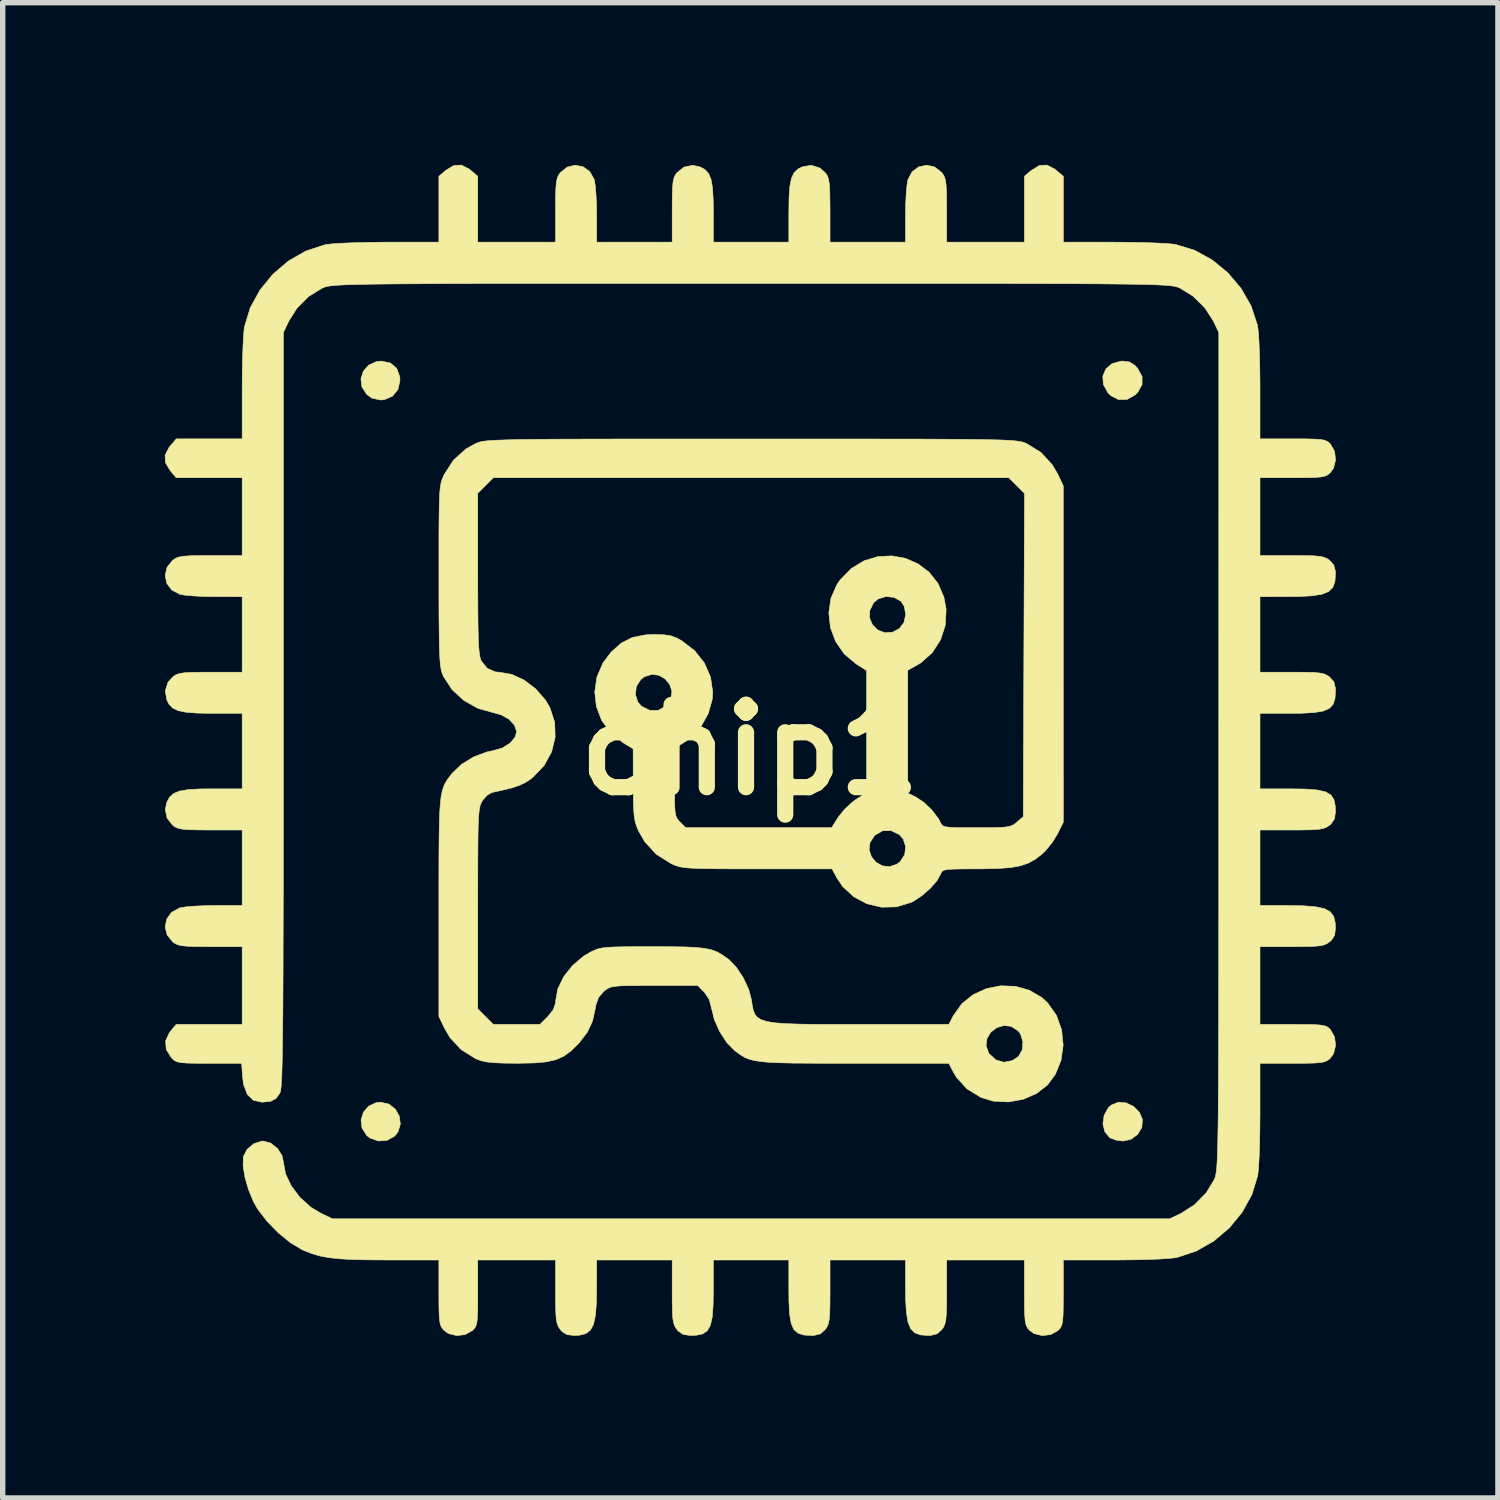
<source format=kicad_pcb>
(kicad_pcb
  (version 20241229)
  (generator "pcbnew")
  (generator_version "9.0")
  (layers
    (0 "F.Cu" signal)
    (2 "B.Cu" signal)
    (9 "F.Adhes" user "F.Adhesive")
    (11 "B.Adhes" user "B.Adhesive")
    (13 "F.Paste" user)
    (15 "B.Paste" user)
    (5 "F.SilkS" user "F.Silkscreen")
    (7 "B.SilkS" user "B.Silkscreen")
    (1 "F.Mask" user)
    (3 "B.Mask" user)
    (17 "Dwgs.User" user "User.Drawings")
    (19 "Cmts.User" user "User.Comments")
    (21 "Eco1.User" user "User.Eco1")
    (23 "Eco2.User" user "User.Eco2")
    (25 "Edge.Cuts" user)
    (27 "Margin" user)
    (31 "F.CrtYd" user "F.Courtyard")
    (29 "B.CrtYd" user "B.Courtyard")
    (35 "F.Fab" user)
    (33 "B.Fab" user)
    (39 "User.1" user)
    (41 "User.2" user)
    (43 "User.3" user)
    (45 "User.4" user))
  (footprint "chip1"
    (layer "F.Cu")
    (at 10.83 10.83)
    (property "Reference" "chip1" (at 0 0 0) (layer "F.SilkS") (effects (font (size 1.524 1.524) (thickness 0.3))))
    (attr through_hole)
    (fp_poly (pts (xy -6.682 6.555) (xy -6.563 6.648) (xy -6.49 6.778) (xy -6.47 6.925) (xy -6.513 7.068) (xy -6.575 7.147) (xy -6.715 7.225) (xy -6.877 7.238) (xy -7.03 7.184) (xy -7.093 7.135) (xy -7.18 6.997) (xy -7.198 6.847) (xy -7.154 6.705) (xy -7.057 6.592) (xy -6.915 6.527) (xy -6.837 6.519) (xy -6.682 6.555)) (stroke (width 0.01) (type solid)) (fill yes) (layer "F.SilkS"))
    (fp_poly (pts (xy -6.655 -7.162) (xy -6.538 -7.063) (xy -6.481 -6.908) (xy -6.477 -6.843) (xy -6.514 -6.673) (xy -6.614 -6.549) (xy -6.764 -6.483) (xy -6.837 -6.477) (xy -6.998 -6.512) (xy -7.093 -6.581) (xy -7.182 -6.72) (xy -7.2 -6.869) (xy -7.155 -7.01) (xy -7.056 -7.122) (xy -6.912 -7.188) (xy -6.825 -7.197) (xy -6.655 -7.162)) (stroke (width 0.01) (type solid)) (fill yes) (layer "F.SilkS"))
    (fp_poly (pts (xy 6.963 6.532) (xy 7.102 6.599) (xy 7.211 6.711) (xy 7.264 6.84) (xy 7.253 6.986) (xy 7.176 7.115) (xy 7.052 7.206) (xy 6.906 7.239) (xy 6.774 7.221) (xy 6.664 7.179) (xy 6.657 7.174) (xy 6.567 7.064) (xy 6.533 6.919) (xy 6.555 6.764) (xy 6.631 6.625) (xy 6.685 6.574) (xy 6.817 6.52) (xy 6.963 6.532)) (stroke (width 0.01) (type solid)) (fill yes) (layer "F.SilkS"))
    (fp_poly (pts (xy 7.027 -7.18) (xy 7.124 -7.118) (xy 7.175 -7.062) (xy 7.258 -6.911) (xy 7.257 -6.759) (xy 7.174 -6.615) (xy 7.131 -6.572) (xy 6.98 -6.487) (xy 6.824 -6.483) (xy 6.678 -6.558) (xy 6.625 -6.612) (xy 6.541 -6.765) (xy 6.531 -6.918) (xy 6.588 -7.052) (xy 6.703 -7.15) (xy 6.868 -7.196) (xy 6.901 -7.197) (xy 7.027 -7.18)) (stroke (width 0.01) (type solid)) (fill yes) (layer "F.SilkS"))
    (fp_poly (pts (xy 0.77 -5.755) (xy 1.438 -5.755) (xy 2.031 -5.755) (xy 2.554 -5.754) (xy 3.011 -5.754) (xy 3.407 -5.752) (xy 3.746 -5.75) (xy 4.034 -5.748) (xy 4.275 -5.745) (xy 4.474 -5.741) (xy 4.635 -5.737) (xy 4.764 -5.731) (xy 4.864 -5.725) (xy 4.941 -5.717) (xy 4.999 -5.708) (xy 5.044 -5.699) (xy 5.079 -5.687) (xy 5.11 -5.675) (xy 5.122 -5.669) (xy 5.387 -5.505) (xy 5.596 -5.277) (xy 5.699 -5.101) (xy 5.799 -4.889) (xy 5.799 -1.776) (xy 5.8 1.338) (xy 5.69 1.558) (xy 5.594 1.714) (xy 5.472 1.863) (xy 5.41 1.924) (xy 5.282 2.022) (xy 5.151 2.095) (xy 5.001 2.146) (xy 4.816 2.178) (xy 4.581 2.195) (xy 4.281 2.201) (xy 4.207 2.201) (xy 3.961 2.202) (xy 3.786 2.205) (xy 3.669 2.211) (xy 3.598 2.224) (xy 3.559 2.244) (xy 3.54 2.273) (xy 3.533 2.291) (xy 3.464 2.416) (xy 3.341 2.558) (xy 3.188 2.693) (xy 3.027 2.8) (xy 2.985 2.821) (xy 2.713 2.904) (xy 2.435 2.911) (xy 2.165 2.847) (xy 1.921 2.717) (xy 1.717 2.528) (xy 1.616 2.379) (xy 1.518 2.201) (xy 0.134 2.201) (xy -0.245 2.201) (xy -0.549 2.2) (xy -0.788 2.197) (xy -0.973 2.193) (xy -1.112 2.186) (xy -1.216 2.177) (xy -1.295 2.163) (xy -1.359 2.145) (xy -1.417 2.122) (xy -1.461 2.102) (xy -1.734 1.93) (xy -1.808 1.85) (xy 2.206 1.85) (xy 2.248 1.975) (xy 2.333 2.078) (xy 2.448 2.144) (xy 2.58 2.161) (xy 2.717 2.116) (xy 2.781 2.067) (xy 2.864 1.938) (xy 2.882 1.789) (xy 2.836 1.647) (xy 2.767 1.569) (xy 2.613 1.493) (xy 2.456 1.496) (xy 2.315 1.576) (xy 2.305 1.586) (xy 2.221 1.716) (xy 2.206 1.85) (xy -1.808 1.85) (xy -1.947 1.698) (xy -2.059 1.504) (xy -2.097 1.415) (xy -2.125 1.327) (xy -2.142 1.224) (xy -2.153 1.089) (xy -2.158 0.904) (xy -2.16 0.653) (xy -2.16 0.635) (xy -2.162 -0.021) (xy -2.348 -0.134) (xy -2.578 -0.319) (xy -2.744 -0.547) (xy -2.842 -0.803) (xy -2.867 -1.027) (xy -2.12 -1.027) (xy -2.074 -0.885) (xy -2.005 -0.807) (xy -1.851 -0.731) (xy -1.694 -0.734) (xy -1.553 -0.814) (xy -1.543 -0.824) (xy -1.459 -0.954) (xy -1.444 -1.088) (xy -1.486 -1.213) (xy -1.571 -1.316) (xy -1.686 -1.382) (xy -1.818 -1.399) (xy -1.955 -1.354) (xy -2.019 -1.305) (xy -2.102 -1.176) (xy -2.12 -1.027) (xy -2.867 -1.027) (xy -2.872 -1.076) (xy -2.832 -1.35) (xy -2.719 -1.612) (xy -2.567 -1.813) (xy -2.378 -1.98) (xy -2.175 -2.082) (xy -1.933 -2.13) (xy -1.778 -2.137) (xy -1.597 -2.132) (xy -1.466 -2.113) (xy -1.353 -2.071) (xy -1.263 -2.021) (xy -1.024 -1.838) (xy -0.843 -1.609) (xy -0.729 -1.348) (xy -0.689 -1.071) (xy -0.698 -0.936) (xy -0.771 -0.674) (xy -0.907 -0.431) (xy -1.09 -0.231) (xy -1.188 -0.159) (xy -1.397 -0.03) (xy -1.397 0.601) (xy -1.396 0.845) (xy -1.393 1.019) (xy -1.386 1.138) (xy -1.371 1.217) (xy -1.348 1.271) (xy -1.314 1.314) (xy -1.293 1.335) (xy -1.189 1.439) (xy 1.512 1.439) (xy 1.634 1.245) (xy 1.746 1.105) (xy 1.889 0.971) (xy 1.958 0.92) (xy 2.159 0.79) (xy 2.159 -1.469) (xy 1.966 -1.592) (xy 1.746 -1.776) (xy 1.587 -2.005) (xy 1.49 -2.264) (xy 1.471 -2.438) (xy 2.215 -2.438) (xy 2.27 -2.313) (xy 2.367 -2.219) (xy 2.494 -2.17) (xy 2.637 -2.178) (xy 2.767 -2.247) (xy 2.853 -2.363) (xy 2.883 -2.512) (xy 2.855 -2.66) (xy 2.794 -2.752) (xy 2.667 -2.825) (xy 2.516 -2.839) (xy 2.372 -2.795) (xy 2.289 -2.725) (xy 2.217 -2.579) (xy 2.215 -2.438) (xy 1.471 -2.438) (xy 1.46 -2.536) (xy 1.499 -2.807) (xy 1.61 -3.061) (xy 1.667 -3.144) (xy 1.875 -3.357) (xy 2.112 -3.501) (xy 2.366 -3.578) (xy 2.625 -3.592) (xy 2.877 -3.547) (xy 3.112 -3.444) (xy 3.317 -3.288) (xy 3.48 -3.082) (xy 3.59 -2.828) (xy 3.631 -2.603) (xy 3.617 -2.313) (xy 3.529 -2.041) (xy 3.377 -1.803) (xy 3.167 -1.615) (xy 3.099 -1.574) (xy 2.921 -1.475) (xy 2.921 0.8) (xy 3.069 0.871) (xy 3.218 0.97) (xy 3.369 1.115) (xy 3.489 1.274) (xy 3.524 1.339) (xy 3.544 1.378) (xy 3.573 1.405) (xy 3.624 1.423) (xy 3.711 1.433) (xy 3.848 1.438) (xy 4.048 1.439) (xy 4.195 1.439) (xy 4.439 1.439) (xy 4.613 1.435) (xy 4.733 1.427) (xy 4.814 1.412) (xy 4.872 1.388) (xy 4.921 1.353) (xy 4.94 1.337) (xy 5.059 1.235) (xy 5.07 -1.757) (xy 5.082 -4.748) (xy 4.792 -5.038) (xy -4.75 -5.038) (xy -5.038 -4.75) (xy -5.038 -3.262) (xy -5.037 -2.855) (xy -5.035 -2.524) (xy -5.032 -2.261) (xy -5.027 -2.057) (xy -5.019 -1.904) (xy -5.009 -1.793) (xy -4.996 -1.716) (xy -4.98 -1.664) (xy -4.974 -1.65) (xy -4.863 -1.51) (xy -4.712 -1.445) (xy -4.646 -1.439) (xy -4.413 -1.4) (xy -4.179 -1.293) (xy -3.964 -1.129) (xy -3.785 -0.923) (xy -3.702 -0.782) (xy -3.614 -0.512) (xy -3.605 -0.234) (xy -3.671 0.036) (xy -3.809 0.287) (xy -4.015 0.504) (xy -4.051 0.533) (xy -4.149 0.599) (xy -4.258 0.652) (xy -4.399 0.7) (xy -4.59 0.747) (xy -4.774 0.787) (xy -4.86 0.835) (xy -4.944 0.927) (xy -4.954 0.943) (xy -4.974 0.979) (xy -4.991 1.021) (xy -5.004 1.077) (xy -5.015 1.155) (xy -5.023 1.263) (xy -5.029 1.409) (xy -5.033 1.6) (xy -5.035 1.845) (xy -5.037 2.152) (xy -5.037 2.528) (xy -5.038 2.936) (xy -5.038 4.792) (xy -4.75 5.08) (xy -3.886 5.08) (xy -3.742 4.936) (xy -3.64 4.809) (xy -3.599 4.688) (xy -3.597 4.65) (xy -3.557 4.426) (xy -3.448 4.199) (xy -3.282 3.989) (xy -3.074 3.814) (xy -2.954 3.743) (xy -2.886 3.71) (xy -2.821 3.685) (xy -2.746 3.667) (xy -2.648 3.654) (xy -2.515 3.647) (xy -2.335 3.643) (xy -2.094 3.641) (xy -1.799 3.641) (xy -1.462 3.642) (xy -1.196 3.646) (xy -0.991 3.656) (xy -0.831 3.674) (xy -0.706 3.701) (xy -0.603 3.741) (xy -0.509 3.795) (xy -0.411 3.864) (xy -0.393 3.877) (xy -0.254 4.02) (xy -0.125 4.214) (xy -0.025 4.427) (xy 0.026 4.614) (xy 0.042 4.724) (xy 0.06 4.814) (xy 0.089 4.888) (xy 0.136 4.947) (xy 0.207 4.992) (xy 0.312 5.026) (xy 0.456 5.05) (xy 0.647 5.065) (xy 0.894 5.074) (xy 1.203 5.079) (xy 1.581 5.08) (xy 2.029 5.08) (xy 3.681 5.08) (xy 3.763 4.921) (xy 3.922 4.697) (xy 4.132 4.529) (xy 4.378 4.417) (xy 4.643 4.365) (xy 4.914 4.375) (xy 5.173 4.448) (xy 5.408 4.587) (xy 5.511 4.683) (xy 5.674 4.915) (xy 5.769 5.181) (xy 5.797 5.464) (xy 5.758 5.745) (xy 5.651 6.006) (xy 5.511 6.197) (xy 5.305 6.359) (xy 5.053 6.467) (xy 4.778 6.515) (xy 4.502 6.5) (xy 4.276 6.431) (xy 4.016 6.272) (xy 3.823 6.06) (xy 3.763 5.958) (xy 3.681 5.8) (xy 1.924 5.8) (xy 1.474 5.8) (xy 1.1 5.798) (xy 0.794 5.796) (xy 0.547 5.79) (xy 0.351 5.781) (xy 0.197 5.767) (xy 0.077 5.748) (xy -0.018 5.723) (xy -0.096 5.69) (xy -0.166 5.649) (xy -0.236 5.599) (xy -0.284 5.563) (xy -0.374 5.471) (xy 4.37 5.471) (xy 4.419 5.61) (xy 4.428 5.624) (xy 4.553 5.738) (xy 4.704 5.78) (xy 4.86 5.749) (xy 4.972 5.671) (xy 5.041 5.55) (xy 5.052 5.402) (xy 5.009 5.259) (xy 4.962 5.198) (xy 4.833 5.115) (xy 4.696 5.101) (xy 4.566 5.141) (xy 4.458 5.224) (xy 4.388 5.338) (xy 4.37 5.471) (xy -0.374 5.471) (xy -0.429 5.414) (xy -0.56 5.213) (xy -0.659 4.99) (xy -0.705 4.805) (xy -0.753 4.619) (xy -0.846 4.481) (xy -0.85 4.477) (xy -0.967 4.36) (xy -1.771 4.36) (xy -2.051 4.361) (xy -2.259 4.362) (xy -2.408 4.367) (xy -2.512 4.377) (xy -2.583 4.392) (xy -2.635 4.416) (xy -2.68 4.448) (xy -2.704 4.468) (xy -2.8 4.577) (xy -2.851 4.72) (xy -2.86 4.775) (xy -2.914 5.019) (xy -3.006 5.219) (xy -3.155 5.413) (xy -3.174 5.434) (xy -3.309 5.568) (xy -3.441 5.666) (xy -3.587 5.732) (xy -3.764 5.773) (xy -3.989 5.793) (xy -4.28 5.799) (xy -4.307 5.799) (xy -4.555 5.797) (xy -4.736 5.789) (xy -4.869 5.775) (xy -4.973 5.753) (xy -5.065 5.719) (xy -5.08 5.712) (xy -5.345 5.547) (xy -5.554 5.32) (xy -5.656 5.144) (xy -5.757 4.932) (xy -5.757 2.909) (xy -5.757 2.426) (xy -5.756 2.021) (xy -5.754 1.684) (xy -5.75 1.408) (xy -5.743 1.186) (xy -5.732 1.01) (xy -5.717 0.872) (xy -5.696 0.763) (xy -5.669 0.677) (xy -5.636 0.606) (xy -5.594 0.541) (xy -5.544 0.475) (xy -5.507 0.428) (xy -5.336 0.265) (xy -5.113 0.129) (xy -4.87 0.037) (xy -4.757 0.014) (xy -4.584 -0.036) (xy -4.441 -0.125) (xy -4.346 -0.237) (xy -4.318 -0.339) (xy -4.357 -0.458) (xy -4.46 -0.568) (xy -4.608 -0.652) (xy -4.752 -0.691) (xy -5.033 -0.769) (xy -5.293 -0.915) (xy -5.512 -1.116) (xy -5.67 -1.357) (xy -5.677 -1.372) (xy -5.697 -1.421) (xy -5.713 -1.478) (xy -5.726 -1.551) (xy -5.736 -1.65) (xy -5.744 -1.781) (xy -5.749 -1.956) (xy -5.752 -2.18) (xy -5.755 -2.465) (xy -5.756 -2.817) (xy -5.756 -3.217) (xy -5.756 -3.637) (xy -5.756 -3.981) (xy -5.754 -4.258) (xy -5.751 -4.477) (xy -5.747 -4.646) (xy -5.74 -4.774) (xy -5.73 -4.87) (xy -5.717 -4.943) (xy -5.7 -5.001) (xy -5.679 -5.053) (xy -5.656 -5.101) (xy -5.486 -5.365) (xy -5.256 -5.571) (xy -5.08 -5.669) (xy -5.05 -5.682) (xy -5.017 -5.694) (xy -4.977 -5.705) (xy -4.924 -5.714) (xy -4.856 -5.722) (xy -4.765 -5.729) (xy -4.649 -5.734) (xy -4.502 -5.739) (xy -4.319 -5.744) (xy -4.096 -5.747) (xy -3.828 -5.75) (xy -3.51 -5.752) (xy -3.138 -5.753) (xy -2.707 -5.754) (xy -2.212 -5.755) (xy -1.648 -5.755) (xy -1.011 -5.755) (xy -0.296 -5.755) (xy 0.021 -5.755) (xy 0.77 -5.755)) (stroke (width 0.01) (type solid)) (fill yes) (layer "F.SilkS"))
    (fp_poly (pts (xy 5.641 -10.751) (xy 5.669 -10.728) (xy 5.8 -10.618) (xy 5.8 -10.008) (xy 5.8 -9.398) (xy 6.725 -9.398) (xy 7.013 -9.396) (xy 7.286 -9.391) (xy 7.528 -9.382) (xy 7.724 -9.372) (xy 7.855 -9.359) (xy 7.879 -9.355) (xy 8.228 -9.249) (xy 8.554 -9.07) (xy 8.845 -8.831) (xy 9.089 -8.543) (xy 9.275 -8.219) (xy 9.39 -7.869) (xy 9.398 -7.833) (xy 9.41 -7.724) (xy 9.422 -7.545) (xy 9.431 -7.315) (xy 9.437 -7.05) (xy 9.44 -6.765) (xy 9.44 -6.683) (xy 9.44 -5.757) (xy 10.047 -5.757) (xy 10.286 -5.757) (xy 10.455 -5.753) (xy 10.57 -5.745) (xy 10.645 -5.729) (xy 10.695 -5.705) (xy 10.736 -5.669) (xy 10.745 -5.659) (xy 10.821 -5.525) (xy 10.839 -5.366) (xy 10.801 -5.214) (xy 10.739 -5.13) (xy 10.695 -5.093) (xy 10.642 -5.068) (xy 10.566 -5.052) (xy 10.451 -5.043) (xy 10.281 -5.039) (xy 10.043 -5.038) (xy 9.44 -5.038) (xy 9.44 -3.598) (xy 10.027 -3.598) (xy 10.265 -3.597) (xy 10.435 -3.593) (xy 10.551 -3.582) (xy 10.63 -3.565) (xy 10.688 -3.537) (xy 10.726 -3.511) (xy 10.805 -3.424) (xy 10.835 -3.312) (xy 10.837 -3.254) (xy 10.827 -3.114) (xy 10.788 -3.008) (xy 10.712 -2.933) (xy 10.588 -2.882) (xy 10.406 -2.853) (xy 10.157 -2.839) (xy 9.938 -2.837) (xy 9.44 -2.836) (xy 9.44 -1.439) (xy 10.027 -1.439) (xy 10.265 -1.438) (xy 10.435 -1.434) (xy 10.551 -1.423) (xy 10.63 -1.406) (xy 10.688 -1.378) (xy 10.726 -1.352) (xy 10.807 -1.261) (xy 10.836 -1.143) (xy 10.837 -1.101) (xy 10.829 -0.956) (xy 10.795 -0.847) (xy 10.727 -0.771) (xy 10.613 -0.721) (xy 10.443 -0.692) (xy 10.207 -0.679) (xy 9.993 -0.677) (xy 9.44 -0.677) (xy 9.44 0.72) (xy 9.993 0.72) (xy 10.283 0.724) (xy 10.499 0.741) (xy 10.651 0.775) (xy 10.751 0.832) (xy 10.808 0.918) (xy 10.833 1.036) (xy 10.837 1.143) (xy 10.819 1.276) (xy 10.754 1.37) (xy 10.726 1.394) (xy 10.673 1.429) (xy 10.611 1.454) (xy 10.523 1.469) (xy 10.393 1.478) (xy 10.206 1.481) (xy 10.027 1.482) (xy 9.44 1.482) (xy 9.44 2.879) (xy 9.938 2.879) (xy 10.24 2.884) (xy 10.467 2.902) (xy 10.631 2.937) (xy 10.739 2.995) (xy 10.803 3.079) (xy 10.832 3.194) (xy 10.837 3.296) (xy 10.822 3.429) (xy 10.763 3.521) (xy 10.726 3.553) (xy 10.673 3.588) (xy 10.611 3.613) (xy 10.523 3.628) (xy 10.393 3.637) (xy 10.206 3.64) (xy 10.027 3.641) (xy 9.44 3.641) (xy 9.44 5.08) (xy 10.047 5.08) (xy 10.286 5.081) (xy 10.455 5.084) (xy 10.57 5.093) (xy 10.645 5.108) (xy 10.695 5.132) (xy 10.736 5.168) (xy 10.745 5.178) (xy 10.821 5.313) (xy 10.839 5.472) (xy 10.801 5.623) (xy 10.739 5.708) (xy 10.695 5.744) (xy 10.642 5.769) (xy 10.566 5.786) (xy 10.451 5.795) (xy 10.281 5.799) (xy 10.043 5.8) (xy 10.041 5.8) (xy 9.44 5.8) (xy 9.44 6.725) (xy 9.438 7.013) (xy 9.433 7.286) (xy 9.425 7.528) (xy 9.414 7.724) (xy 9.401 7.855) (xy 9.398 7.879) (xy 9.291 8.228) (xy 9.112 8.554) (xy 8.873 8.845) (xy 8.586 9.089) (xy 8.261 9.275) (xy 7.912 9.39) (xy 7.876 9.398) (xy 7.766 9.41) (xy 7.588 9.422) (xy 7.358 9.431) (xy 7.092 9.437) (xy 6.807 9.44) (xy 6.725 9.44) (xy 5.8 9.44) (xy 5.8 10.047) (xy 5.799 10.286) (xy 5.796 10.455) (xy 5.787 10.57) (xy 5.772 10.645) (xy 5.747 10.695) (xy 5.712 10.736) (xy 5.702 10.745) (xy 5.567 10.821) (xy 5.408 10.839) (xy 5.256 10.801) (xy 5.172 10.739) (xy 5.136 10.695) (xy 5.11 10.642) (xy 5.094 10.566) (xy 5.085 10.451) (xy 5.081 10.281) (xy 5.08 10.043) (xy 5.08 9.44) (xy 3.641 9.44) (xy 3.641 10.027) (xy 3.64 10.265) (xy 3.635 10.435) (xy 3.625 10.551) (xy 3.607 10.63) (xy 3.58 10.688) (xy 3.553 10.726) (xy 3.467 10.805) (xy 3.354 10.835) (xy 3.296 10.837) (xy 3.156 10.827) (xy 3.051 10.788) (xy 2.975 10.712) (xy 2.925 10.588) (xy 2.895 10.406) (xy 2.881 10.157) (xy 2.879 9.938) (xy 2.879 9.44) (xy 1.482 9.44) (xy 1.482 10.027) (xy 1.481 10.265) (xy 1.476 10.435) (xy 1.466 10.551) (xy 1.448 10.63) (xy 1.421 10.688) (xy 1.394 10.726) (xy 1.304 10.807) (xy 1.185 10.836) (xy 1.143 10.837) (xy 0.998 10.829) (xy 0.89 10.795) (xy 0.813 10.727) (xy 0.763 10.613) (xy 0.734 10.443) (xy 0.722 10.207) (xy 0.72 9.993) (xy 0.72 9.44) (xy -0.677 9.44) (xy -0.677 9.993) (xy -0.682 10.283) (xy -0.698 10.499) (xy -0.733 10.651) (xy -0.79 10.751) (xy -0.875 10.808) (xy -0.994 10.833) (xy -1.101 10.837) (xy -1.234 10.819) (xy -1.328 10.754) (xy -1.352 10.726) (xy -1.387 10.673) (xy -1.411 10.611) (xy -1.427 10.523) (xy -1.435 10.393) (xy -1.439 10.206) (xy -1.439 10.027) (xy -1.439 9.44) (xy -2.836 9.44) (xy -2.837 9.938) (xy -2.842 10.24) (xy -2.86 10.467) (xy -2.895 10.631) (xy -2.953 10.739) (xy -3.037 10.803) (xy -3.152 10.832) (xy -3.254 10.837) (xy -3.387 10.822) (xy -3.478 10.763) (xy -3.511 10.726) (xy -3.546 10.673) (xy -3.57 10.611) (xy -3.586 10.523) (xy -3.594 10.393) (xy -3.598 10.206) (xy -3.598 10.027) (xy -3.598 9.44) (xy -5.038 9.44) (xy -5.038 10.047) (xy -5.038 10.286) (xy -5.042 10.455) (xy -5.05 10.57) (xy -5.066 10.645) (xy -5.09 10.695) (xy -5.126 10.736) (xy -5.136 10.745) (xy -5.27 10.821) (xy -5.429 10.839) (xy -5.581 10.801) (xy -5.665 10.739) (xy -5.702 10.695) (xy -5.727 10.642) (xy -5.743 10.566) (xy -5.752 10.451) (xy -5.756 10.281) (xy -5.757 10.043) (xy -5.757 9.44) (xy -6.683 9.44) (xy -7.055 9.438) (xy -7.355 9.432) (xy -7.597 9.418) (xy -7.794 9.397) (xy -7.959 9.366) (xy -8.104 9.324) (xy -8.243 9.27) (xy -8.286 9.251) (xy -8.502 9.122) (xy -8.728 8.938) (xy -8.938 8.723) (xy -9.11 8.498) (xy -9.187 8.364) (xy -9.28 8.14) (xy -9.346 7.911) (xy -9.38 7.702) (xy -9.377 7.537) (xy -9.375 7.525) (xy -9.306 7.392) (xy -9.184 7.289) (xy -9.035 7.24) (xy -9.008 7.239) (xy -8.869 7.277) (xy -8.745 7.375) (xy -8.66 7.509) (xy -8.635 7.627) (xy -8.596 7.845) (xy -8.489 8.069) (xy -8.329 8.281) (xy -8.129 8.462) (xy -7.938 8.577) (xy -7.726 8.678) (xy 7.768 8.678) (xy 7.98 8.577) (xy 8.231 8.416) (xy 8.444 8.198) (xy 8.59 7.959) (xy 8.601 7.934) (xy 8.611 7.908) (xy 8.619 7.876) (xy 8.627 7.834) (xy 8.635 7.779) (xy 8.641 7.707) (xy 8.647 7.614) (xy 8.652 7.497) (xy 8.656 7.351) (xy 8.66 7.174) (xy 8.664 6.962) (xy 8.667 6.71) (xy 8.669 6.415) (xy 8.671 6.074) (xy 8.673 5.682) (xy 8.674 5.237) (xy 8.675 4.733) (xy 8.676 4.169) (xy 8.676 3.539) (xy 8.677 2.84) (xy 8.677 2.069) (xy 8.677 1.221) (xy 8.677 0.294) (xy 8.677 0.021) (xy 8.678 -7.726) (xy 8.577 -7.938) (xy 8.416 -8.188) (xy 8.198 -8.401) (xy 7.959 -8.548) (xy 7.934 -8.559) (xy 7.908 -8.568) (xy 7.876 -8.577) (xy 7.834 -8.585) (xy 7.779 -8.592) (xy 7.707 -8.599) (xy 7.614 -8.604) (xy 7.497 -8.61) (xy 7.352 -8.614) (xy 7.175 -8.618) (xy 6.962 -8.621) (xy 6.71 -8.624) (xy 6.416 -8.627) (xy 6.074 -8.629) (xy 5.683 -8.63) (xy 5.237 -8.631) (xy 4.734 -8.632) (xy 4.17 -8.633) (xy 3.54 -8.634) (xy 2.841 -8.634) (xy 2.07 -8.634) (xy 1.223 -8.634) (xy 0.296 -8.634) (xy 0.021 -8.634) (xy -0.929 -8.634) (xy -1.798 -8.634) (xy -2.59 -8.634) (xy -3.309 -8.634) (xy -3.958 -8.633) (xy -4.54 -8.633) (xy -5.06 -8.632) (xy -5.521 -8.631) (xy -5.928 -8.629) (xy -6.283 -8.627) (xy -6.59 -8.625) (xy -6.853 -8.622) (xy -7.076 -8.619) (xy -7.263 -8.615) (xy -7.417 -8.611) (xy -7.541 -8.606) (xy -7.641 -8.6) (xy -7.718 -8.594) (xy -7.778 -8.587) (xy -7.823 -8.579) (xy -7.857 -8.571) (xy -7.885 -8.561) (xy -7.91 -8.551) (xy -7.916 -8.548) (xy -8.167 -8.393) (xy -8.383 -8.177) (xy -8.535 -7.938) (xy -8.635 -7.726) (xy -8.636 -0.749) (xy -8.636 0.163) (xy -8.636 0.995) (xy -8.637 1.749) (xy -8.637 2.43) (xy -8.638 3.041) (xy -8.64 3.586) (xy -8.641 4.069) (xy -8.643 4.493) (xy -8.645 4.862) (xy -8.648 5.18) (xy -8.652 5.45) (xy -8.655 5.676) (xy -8.66 5.863) (xy -8.664 6.013) (xy -8.67 6.13) (xy -8.676 6.219) (xy -8.683 6.282) (xy -8.69 6.323) (xy -8.698 6.347) (xy -8.772 6.451) (xy -8.873 6.504) (xy -9.027 6.519) (xy -9.034 6.519) (xy -9.191 6.483) (xy -9.303 6.375) (xy -9.371 6.195) (xy -9.39 6.053) (xy -9.408 5.8) (xy -10.01 5.8) (xy -10.247 5.799) (xy -10.415 5.796) (xy -10.528 5.787) (xy -10.603 5.772) (xy -10.653 5.747) (xy -10.695 5.71) (xy -10.708 5.696) (xy -10.803 5.545) (xy -10.815 5.387) (xy -10.744 5.231) (xy -10.727 5.209) (xy -10.618 5.08) (xy -9.398 5.08) (xy -9.398 3.641) (xy -9.985 3.641) (xy -10.224 3.639) (xy -10.394 3.635) (xy -10.51 3.624) (xy -10.59 3.606) (xy -10.647 3.579) (xy -10.68 3.555) (xy -10.786 3.426) (xy -10.823 3.278) (xy -10.794 3.13) (xy -10.704 3.006) (xy -10.558 2.925) (xy -10.552 2.923) (xy -10.445 2.905) (xy -10.278 2.891) (xy -10.076 2.882) (xy -9.895 2.879) (xy -9.398 2.879) (xy -9.398 1.482) (xy -9.985 1.482) (xy -10.224 1.48) (xy -10.394 1.476) (xy -10.511 1.465) (xy -10.591 1.447) (xy -10.648 1.42) (xy -10.679 1.398) (xy -10.787 1.263) (xy -10.821 1.101) (xy -10.791 0.965) (xy -10.741 0.874) (xy -10.668 0.807) (xy -10.559 0.762) (xy -10.403 0.735) (xy -10.185 0.722) (xy -9.95 0.72) (xy -9.398 0.72) (xy -9.398 -0.677) (xy -9.95 -0.677) (xy -10.228 -0.682) (xy -10.434 -0.697) (xy -10.581 -0.727) (xy -10.683 -0.775) (xy -10.751 -0.845) (xy -10.791 -0.923) (xy -10.821 -1.093) (xy -10.771 -1.252) (xy -10.679 -1.355) (xy -10.627 -1.389) (xy -10.563 -1.413) (xy -10.471 -1.428) (xy -10.335 -1.436) (xy -10.139 -1.439) (xy -9.985 -1.439) (xy -9.398 -1.439) (xy -9.398 -2.836) (xy -9.895 -2.837) (xy -10.11 -2.84) (xy -10.308 -2.851) (xy -10.467 -2.866) (xy -10.552 -2.881) (xy -10.7 -2.959) (xy -10.792 -3.082) (xy -10.823 -3.229) (xy -10.789 -3.379) (xy -10.686 -3.509) (xy -10.68 -3.513) (xy -10.628 -3.548) (xy -10.565 -3.571) (xy -10.474 -3.586) (xy -10.34 -3.595) (xy -10.148 -3.598) (xy -9.985 -3.598) (xy -9.398 -3.598) (xy -9.398 -5.038) (xy -10.618 -5.038) (xy -10.728 -5.168) (xy -10.817 -5.315) (xy -10.825 -5.454) (xy -10.751 -5.599) (xy -10.728 -5.627) (xy -10.618 -5.757) (xy -9.398 -5.757) (xy -9.398 -6.683) (xy -9.396 -6.97) (xy -9.391 -7.243) (xy -9.382 -7.485) (xy -9.371 -7.679) (xy -9.359 -7.81) (xy -9.355 -7.833) (xy -9.248 -8.185) (xy -9.068 -8.512) (xy -8.829 -8.804) (xy -8.543 -9.049) (xy -8.22 -9.234) (xy -7.872 -9.348) (xy -7.836 -9.355) (xy -7.726 -9.368) (xy -7.547 -9.379) (xy -7.316 -9.388) (xy -7.05 -9.395) (xy -6.764 -9.398) (xy -6.683 -9.398) (xy -5.757 -9.398) (xy -5.757 -10.008) (xy -5.757 -10.618) (xy -5.627 -10.728) (xy -5.48 -10.817) (xy -5.341 -10.825) (xy -5.196 -10.751) (xy -5.168 -10.728) (xy -5.038 -10.618) (xy -5.038 -9.398) (xy -3.598 -9.398) (xy -3.598 -9.985) (xy -3.597 -10.224) (xy -3.592 -10.394) (xy -3.582 -10.51) (xy -3.564 -10.59) (xy -3.537 -10.647) (xy -3.513 -10.68) (xy -3.384 -10.786) (xy -3.235 -10.823) (xy -3.088 -10.794) (xy -2.963 -10.704) (xy -2.883 -10.558) (xy -2.881 -10.552) (xy -2.863 -10.445) (xy -2.849 -10.278) (xy -2.839 -10.076) (xy -2.837 -9.895) (xy -2.836 -9.398) (xy -1.439 -9.398) (xy -1.439 -9.985) (xy -1.438 -10.224) (xy -1.433 -10.394) (xy -1.423 -10.511) (xy -1.405 -10.591) (xy -1.377 -10.648) (xy -1.355 -10.679) (xy -1.221 -10.787) (xy -1.059 -10.821) (xy -0.923 -10.791) (xy -0.831 -10.741) (xy -0.765 -10.668) (xy -0.72 -10.559) (xy -0.693 -10.403) (xy -0.68 -10.185) (xy -0.677 -9.95) (xy -0.677 -9.398) (xy 0.72 -9.398) (xy 0.72 -9.95) (xy 0.724 -10.228) (xy 0.739 -10.434) (xy 0.769 -10.581) (xy 0.817 -10.683) (xy 0.888 -10.751) (xy 0.965 -10.791) (xy 1.136 -10.821) (xy 1.294 -10.771) (xy 1.398 -10.679) (xy 1.432 -10.627) (xy 1.455 -10.563) (xy 1.47 -10.471) (xy 1.478 -10.335) (xy 1.481 -10.139) (xy 1.482 -9.985) (xy 1.482 -9.398) (xy 2.879 -9.398) (xy 2.879 -9.895) (xy 2.883 -10.11) (xy 2.893 -10.308) (xy 2.908 -10.467) (xy 2.923 -10.552) (xy 3.001 -10.7) (xy 3.125 -10.792) (xy 3.272 -10.823) (xy 3.421 -10.789) (xy 3.551 -10.686) (xy 3.555 -10.68) (xy 3.59 -10.628) (xy 3.614 -10.565) (xy 3.629 -10.474) (xy 3.637 -10.34) (xy 3.64 -10.148) (xy 3.641 -9.985) (xy 3.641 -9.398) (xy 5.08 -9.398) (xy 5.08 -10.618) (xy 5.21 -10.728) (xy 5.357 -10.817) (xy 5.496 -10.825) (xy 5.641 -10.751)) (stroke (width 0.01) (type solid)) (fill yes) (layer "F.SilkS")))
  (gr_rect
    (start -3 -3)
    (end 24.674 24.674)
    (stroke (width 0.1) (type default))
    (fill no)
    (layer "Edge.Cuts")))
</source>
